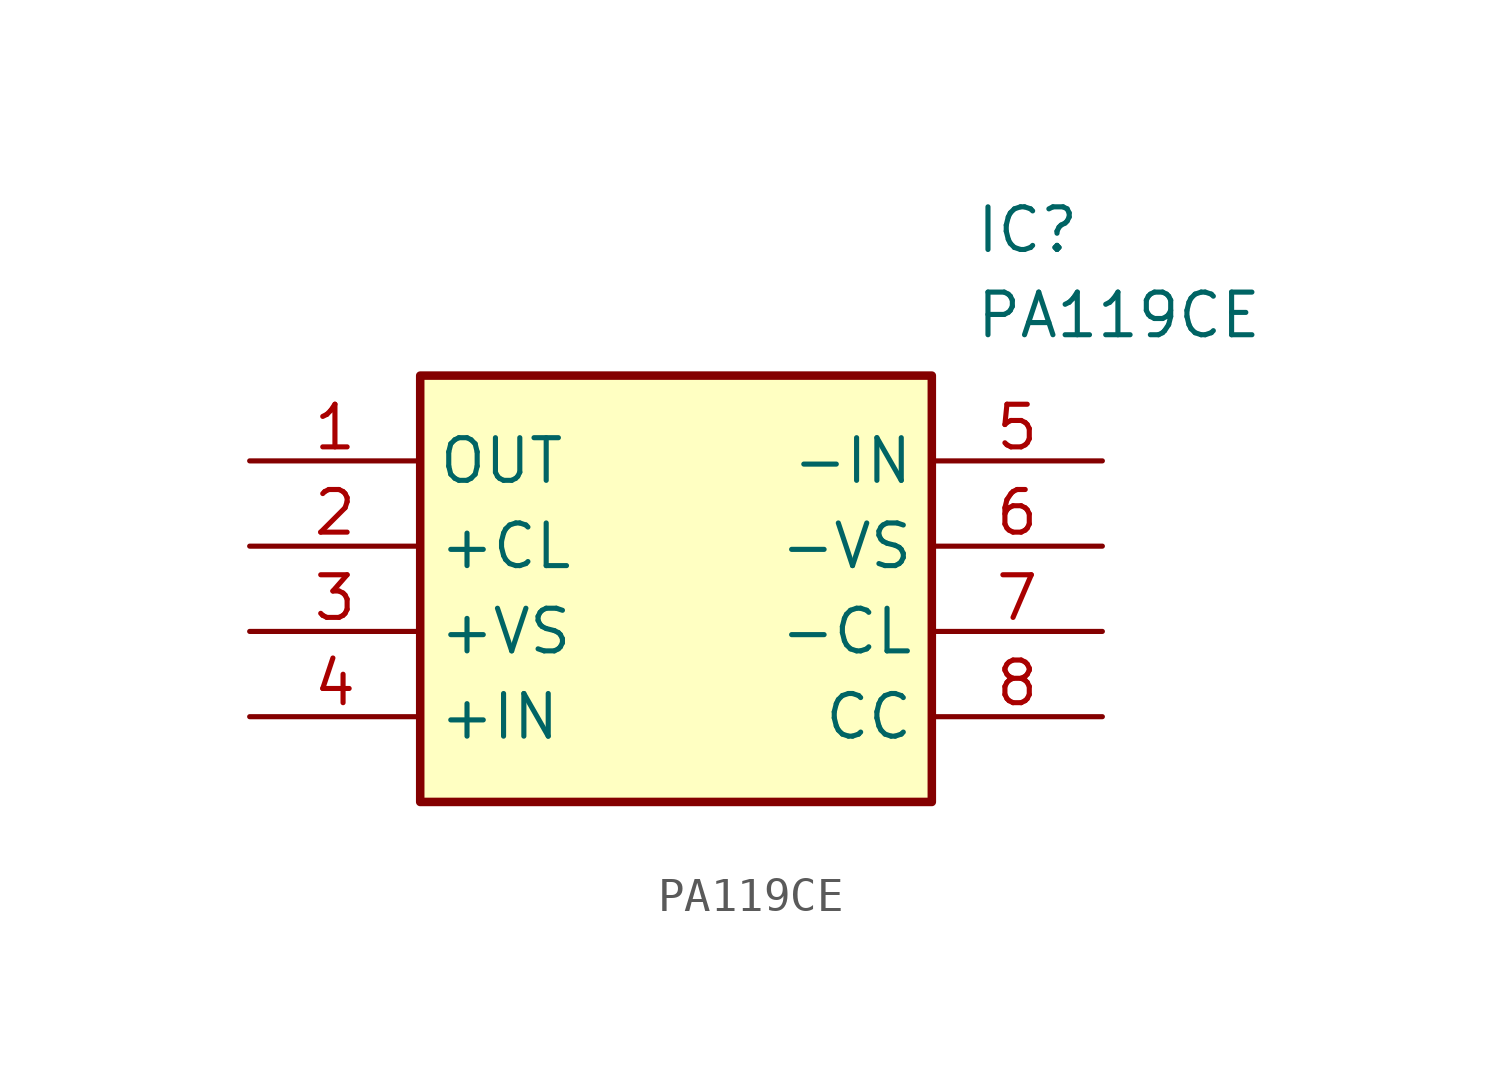
<source format=kicad_sym>
(kicad_symbol_lib
  (version 20211014)
  (generator SamacSys_ECAD_Model)
  (symbol "PA119CE"
    (property "Reference" "IC"
      (at 21.59 7.62 0)
      (effects (font (size 1.27 1.27)) (justify left top)))
    (property "Value" "PA119CE"
      (at 21.59 5.08 0)
      (effects (font (size 1.27 1.27)) (justify left top)))
    (rectangle
      (start 5.08 2.54)
      (end 20.32 -10.16)
      (stroke (width 0.254) (type default))
      (fill (type background)))
    (pin passive line
      (at 0 0 0)
      (length 5.08)
      (name "OUT" (effects (font (size 1.27 1.27))))
      (number "1" (effects (font (size 1.27 1.27)))))
    (pin passive line
      (at 0 -2.54 0)
      (length 5.08)
      (name "+CL" (effects (font (size 1.27 1.27))))
      (number "2" (effects (font (size 1.27 1.27)))))
    (pin passive line
      (at 0 -5.08 0)
      (length 5.08)
      (name "+VS" (effects (font (size 1.27 1.27))))
      (number "3" (effects (font (size 1.27 1.27)))))
    (pin passive line
      (at 0 -7.62 0)
      (length 5.08)
      (name "+IN" (effects (font (size 1.27 1.27))))
      (number "4" (effects (font (size 1.27 1.27)))))
    (pin passive line
      (at 25.4 0 180)
      (length 5.08)
      (name "-IN" (effects (font (size 1.27 1.27))))
      (number "5" (effects (font (size 1.27 1.27)))))
    (pin passive line
      (at 25.4 -2.54 180)
      (length 5.08)
      (name "-VS" (effects (font (size 1.27 1.27))))
      (number "6" (effects (font (size 1.27 1.27)))))
    (pin passive line
      (at 25.4 -5.08 180)
      (length 5.08)
      (name "-CL" (effects (font (size 1.27 1.27))))
      (number "7" (effects (font (size 1.27 1.27)))))
    (pin passive line
      (at 25.4 -7.62 180)
      (length 5.08)
      (name "CC" (effects (font (size 1.27 1.27))))
      (number "8" (effects (font (size 1.27 1.27)))))))
</source>
